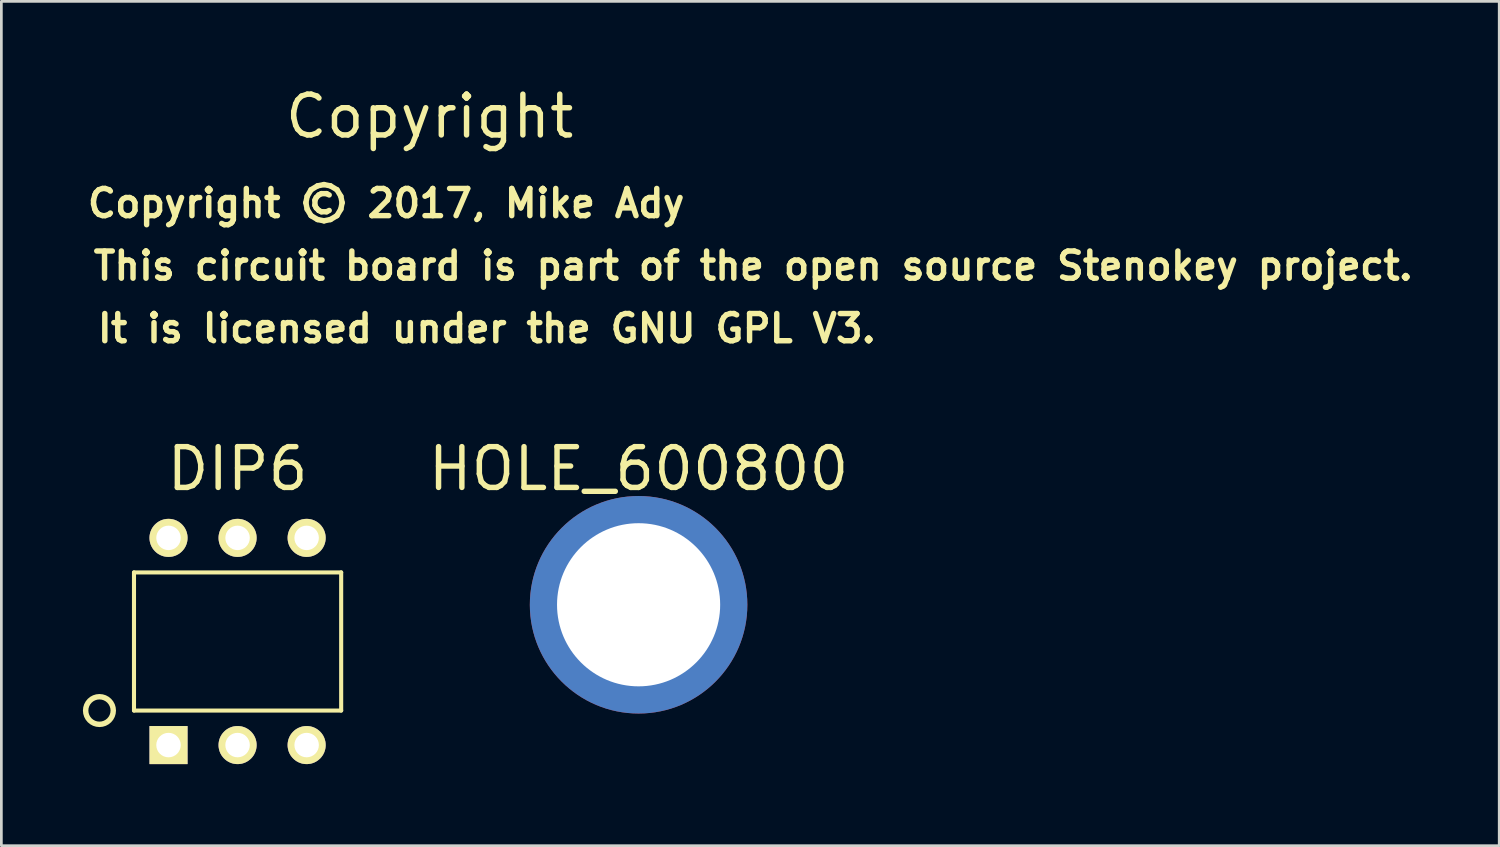
<source format=kicad_pcb>
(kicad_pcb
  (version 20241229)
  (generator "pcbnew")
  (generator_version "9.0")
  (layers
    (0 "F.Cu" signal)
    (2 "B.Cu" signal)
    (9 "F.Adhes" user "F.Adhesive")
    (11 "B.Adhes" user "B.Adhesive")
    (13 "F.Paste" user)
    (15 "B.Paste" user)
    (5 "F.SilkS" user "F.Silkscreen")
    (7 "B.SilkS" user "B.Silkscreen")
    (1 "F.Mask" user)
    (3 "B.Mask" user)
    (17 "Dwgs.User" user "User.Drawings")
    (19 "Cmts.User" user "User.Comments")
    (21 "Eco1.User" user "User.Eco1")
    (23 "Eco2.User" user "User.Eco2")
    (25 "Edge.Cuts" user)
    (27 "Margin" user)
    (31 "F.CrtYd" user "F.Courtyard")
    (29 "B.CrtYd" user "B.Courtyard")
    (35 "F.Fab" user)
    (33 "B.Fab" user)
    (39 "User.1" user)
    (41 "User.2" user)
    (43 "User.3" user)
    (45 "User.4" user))
  (footprint "Copyright"
    (layer "F.Cu")
    (at 12.552 5.229)
    (property "Reference" "Copyright" (at 0.2 -4 0) (layer "F.SilkS") (effects (font (size 1.5 1.5) (thickness 0.2))))
    (attr through_hole)
    (fp_text user "It is licensed under the GNU GPL V3." (at 2.3 3.8 0) (layer "F.SilkS") (effects (font (size 1 1) (thickness 0.2))))
    (fp_text user "This circuit board is part of the open source Stenokey project." (at 12.1 1.5 0) (layer "F.SilkS") (effects (font (size 1 1) (thickness 0.2))))
    (fp_text user "Copyright © 2017, Mike Ady" (at -1.4 -0.8 0) (layer "F.SilkS") (effects (font (size 1 1) (thickness 0.2)))))
  (footprint "HOLE_600800"
    (layer "F.Cu")
    (at 20.437 19.193)
    (property "Reference" "HOLE_600800" (at 0 -5 0) (layer "F.SilkS") (effects (font (size 1.5 1.5) (thickness 0.2))))
    (attr through_hole)
    (pad "1" thru_hole circle (at 0 0) (size 8 8) (drill 6) (layers "*.Cu" "*.Mask")))
  (footprint "DIP6"
    (layer "F.Cu")
    (at 5.688 20.543)
    (property "Reference" "DIP6" (at 0 -6.35 0) (layer "F.SilkS") (effects (font (size 1.5 1.5) (thickness 0.2))))
    (attr through_hole)
    (fp_line (start -3.81 -2.54) (end -3.81 2.54) (stroke (width 0.15) (type solid)) (layer "F.SilkS"))
    (fp_line (start -3.81 2.54) (end 3.81 2.54) (stroke (width 0.15) (type solid)) (layer "F.SilkS"))
    (fp_line (start 3.81 -2.54) (end -3.81 -2.54) (stroke (width 0.15) (type solid)) (layer "F.SilkS"))
    (fp_line (start 3.81 2.54) (end 3.81 -2.54) (stroke (width 0.15) (type solid)) (layer "F.SilkS"))
    (fp_circle (center -5.08 2.54) (end -4.572 2.54) (stroke (width 0.2) (type solid)) (fill no) (layer "F.SilkS"))
    (pad "1" thru_hole rect (at -2.54 3.81) (size 1.4 1.4) (drill 0.9) (layers "*.Cu" "*.Mask" "F.SilkS"))
    (pad "2" thru_hole circle (at 0 3.81) (size 1.4 1.4) (drill 0.9) (layers "*.Cu" "*.Mask" "F.SilkS"))
    (pad "3" thru_hole circle (at 2.54 3.81) (size 1.4 1.4) (drill 0.9) (layers "*.Cu" "*.Mask" "F.SilkS"))
    (pad "4" thru_hole circle (at 2.54 -3.81) (size 1.4 1.4) (drill 0.9) (layers "*.Cu" "*.Mask" "F.SilkS"))
    (pad "5" thru_hole circle (at 0 -3.81) (size 1.4 1.4) (drill 0.9) (layers "*.Cu" "*.Mask" "F.SilkS"))
    (pad "6" thru_hole circle (at -2.54 -3.81) (size 1.4 1.4) (drill 0.9) (layers "*.Cu" "*.Mask" "F.SilkS")))
  (gr_rect
    (start -3 -3)
    (end 52.09 28.053)
    (stroke (width 0.1) (type default))
    (fill no)
    (layer "Edge.Cuts")))
</source>
